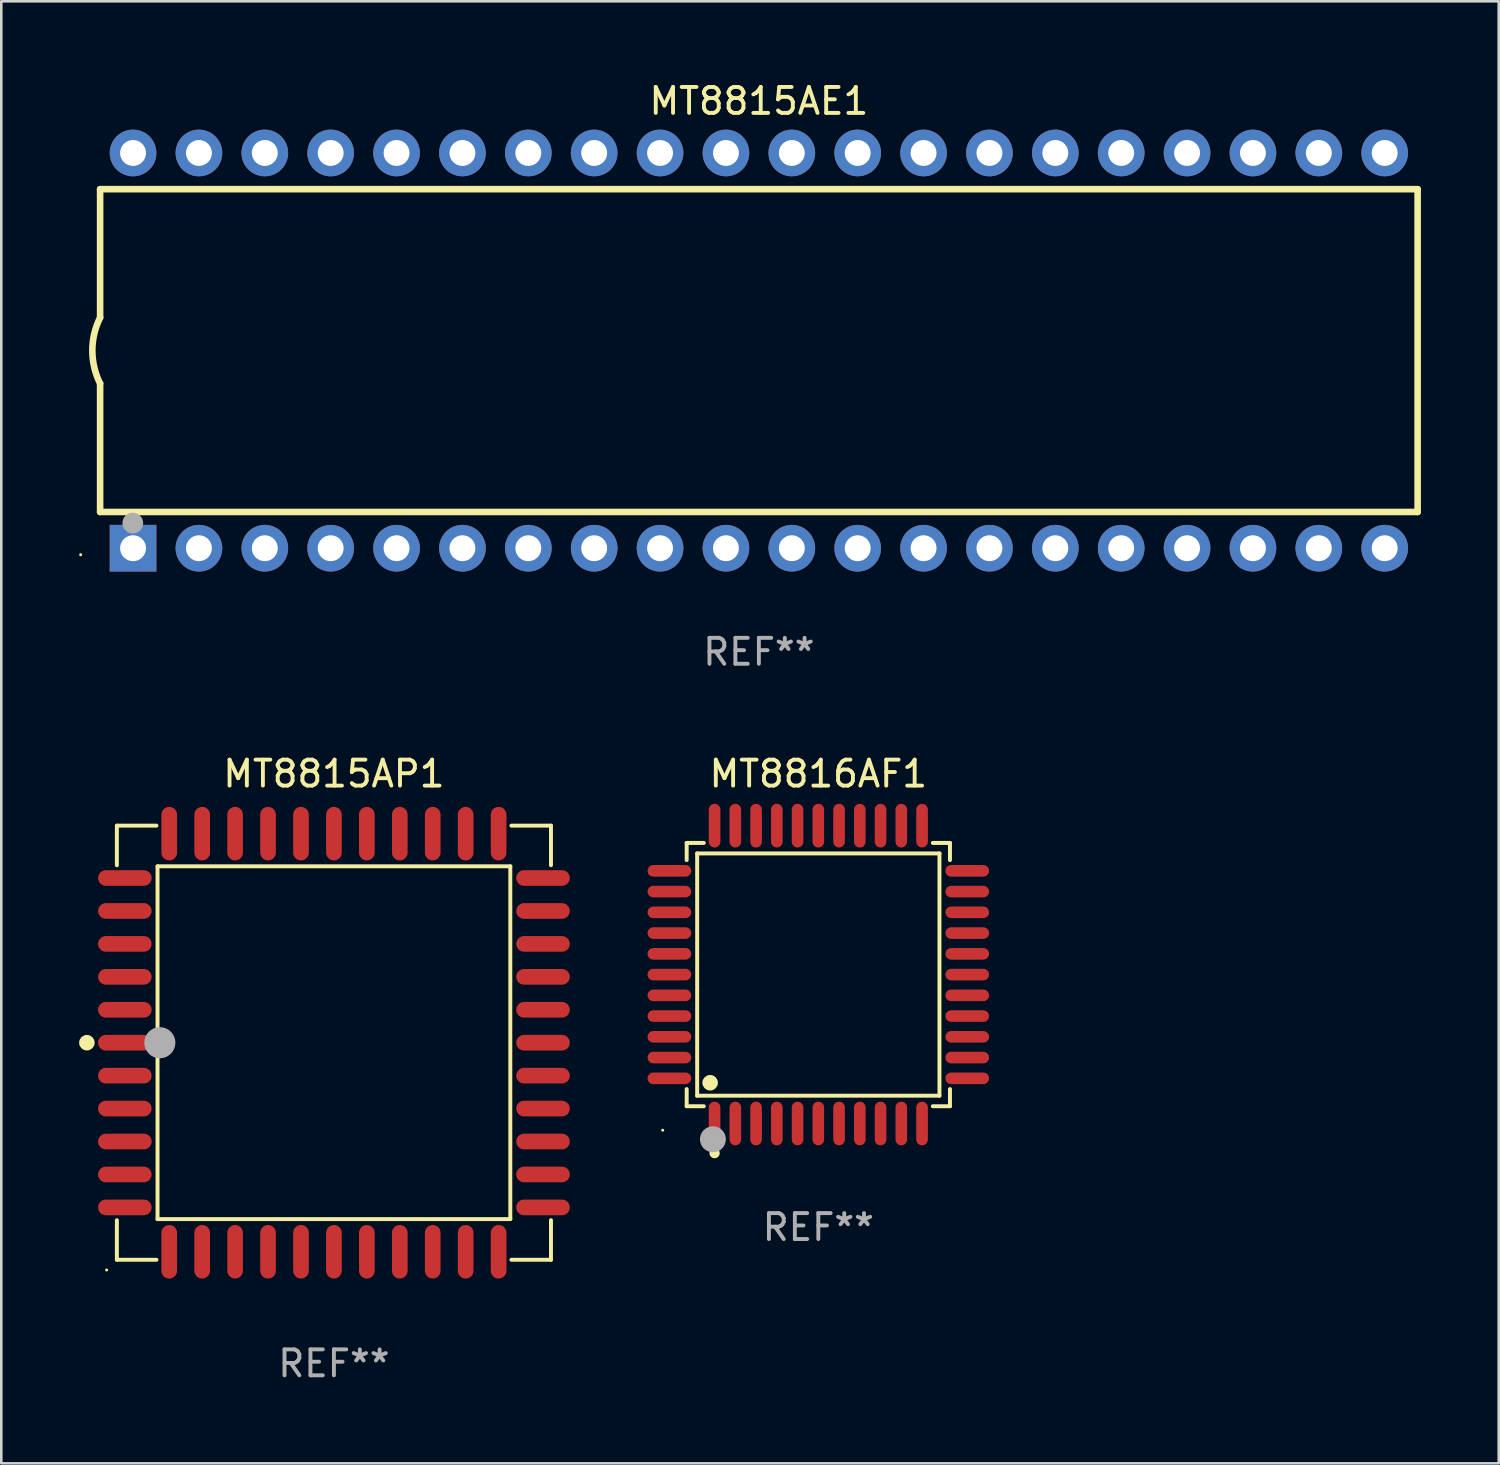
<source format=kicad_pcb>
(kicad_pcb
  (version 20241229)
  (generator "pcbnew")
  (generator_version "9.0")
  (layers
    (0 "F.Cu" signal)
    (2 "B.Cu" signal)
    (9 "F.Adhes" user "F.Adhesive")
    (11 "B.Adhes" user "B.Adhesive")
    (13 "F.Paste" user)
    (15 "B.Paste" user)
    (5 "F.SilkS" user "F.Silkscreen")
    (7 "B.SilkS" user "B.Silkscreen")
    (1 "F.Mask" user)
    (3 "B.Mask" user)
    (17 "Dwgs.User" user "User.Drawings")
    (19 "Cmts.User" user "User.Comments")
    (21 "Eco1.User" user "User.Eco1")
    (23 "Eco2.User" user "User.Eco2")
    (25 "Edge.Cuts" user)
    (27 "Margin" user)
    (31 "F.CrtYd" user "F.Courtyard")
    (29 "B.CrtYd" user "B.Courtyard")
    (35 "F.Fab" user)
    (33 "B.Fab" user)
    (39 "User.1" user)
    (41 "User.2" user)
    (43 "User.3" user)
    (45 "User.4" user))
  (footprint "MT8816AF1"
    (layer "F.Cu")
    (at 28.502 34.527)
    (property "Reference" "MT8816AF1" (at 0 -7.742 0) (layer "F.SilkS") (effects (font (size 1 1) (thickness 0.15))))
    (attr through_hole)
    (fp_line (start -5.076 -5.076) (end -4.415 -5.076) (stroke (width 0.152) (type solid)) (layer "F.SilkS"))
    (fp_line (start -5.076 -4.415) (end -5.076 -5.076) (stroke (width 0.152) (type solid)) (layer "F.SilkS"))
    (fp_line (start -5.076 4.415) (end -5.076 5.076) (stroke (width 0.152) (type solid)) (layer "F.SilkS"))
    (fp_line (start -5.076 5.076) (end -4.415 5.076) (stroke (width 0.152) (type solid)) (layer "F.SilkS"))
    (fp_line (start -4.671 -4.671) (end 4.671 -4.671) (stroke (width 0.152) (type solid)) (layer "F.SilkS"))
    (fp_line (start -4.671 4.671) (end -4.671 -4.671) (stroke (width 0.152) (type solid)) (layer "F.SilkS"))
    (fp_line (start 4.671 -4.671) (end 4.671 4.671) (stroke (width 0.152) (type solid)) (layer "F.SilkS"))
    (fp_line (start 4.671 4.671) (end -4.671 4.671) (stroke (width 0.152) (type solid)) (layer "F.SilkS"))
    (fp_line (start 5.076 -5.076) (end 4.415 -5.076) (stroke (width 0.152) (type solid)) (layer "F.SilkS"))
    (fp_line (start 5.076 -4.415) (end 5.076 -5.076) (stroke (width 0.152) (type solid)) (layer "F.SilkS"))
    (fp_line (start 5.076 4.415) (end 5.076 5.076) (stroke (width 0.152) (type solid)) (layer "F.SilkS"))
    (fp_line (start 5.076 5.076) (end 4.415 5.076) (stroke (width 0.152) (type solid)) (layer "F.SilkS"))
    (fp_circle (center -6 6) (end -5.97 6) (stroke (width 0.06) (type solid)) (fill no) (layer "F.SilkS"))
    (fp_circle (center -4.171 4.171) (end -4.021 4.171) (stroke (width 0.3) (type solid)) (fill no) (layer "F.SilkS"))
    (fp_circle (center -4 6.884) (end -3.9 6.884) (stroke (width 0.2) (type solid)) (fill no) (layer "F.SilkS"))
    (fp_circle (center -4.064 6.35) (end -3.814 6.35) (stroke (width 0.5) (type solid)) (fill no) (layer "F.Fab"))
    (fp_text user "REF**" (at 0 9.742 0) (layer "F.Fab") (effects (font (size 1 1) (thickness 0.15))))
    (pad "1" smd oval (at -4 5.742) (size 0.448 1.684) (layers "F.Cu" "F.Mask" "F.Paste"))
    (pad "2" smd oval (at -3.2 5.742) (size 0.448 1.684) (layers "F.Cu" "F.Mask" "F.Paste"))
    (pad "3" smd oval (at -2.4 5.742) (size 0.448 1.684) (layers "F.Cu" "F.Mask" "F.Paste"))
    (pad "4" smd oval (at -1.6 5.742) (size 0.448 1.684) (layers "F.Cu" "F.Mask" "F.Paste"))
    (pad "5" smd oval (at -0.8 5.742) (size 0.448 1.684) (layers "F.Cu" "F.Mask" "F.Paste"))
    (pad "6" smd oval (at 0 5.742) (size 0.448 1.684) (layers "F.Cu" "F.Mask" "F.Paste"))
    (pad "7" smd oval (at 0.8 5.742) (size 0.448 1.684) (layers "F.Cu" "F.Mask" "F.Paste"))
    (pad "8" smd oval (at 1.6 5.742) (size 0.448 1.684) (layers "F.Cu" "F.Mask" "F.Paste"))
    (pad "9" smd oval (at 2.4 5.742) (size 0.448 1.684) (layers "F.Cu" "F.Mask" "F.Paste"))
    (pad "10" smd oval (at 3.2 5.742) (size 0.448 1.684) (layers "F.Cu" "F.Mask" "F.Paste"))
    (pad "11" smd oval (at 4 5.742) (size 0.448 1.684) (layers "F.Cu" "F.Mask" "F.Paste"))
    (pad "12" smd oval (at 5.742 4) (size 1.684 0.448) (layers "F.Cu" "F.Mask" "F.Paste"))
    (pad "13" smd oval (at 5.742 3.2) (size 1.684 0.448) (layers "F.Cu" "F.Mask" "F.Paste"))
    (pad "14" smd oval (at 5.742 2.4) (size 1.684 0.448) (layers "F.Cu" "F.Mask" "F.Paste"))
    (pad "15" smd oval (at 5.742 1.6) (size 1.684 0.448) (layers "F.Cu" "F.Mask" "F.Paste"))
    (pad "16" smd oval (at 5.742 0.8) (size 1.684 0.448) (layers "F.Cu" "F.Mask" "F.Paste"))
    (pad "17" smd oval (at 5.742 0) (size 1.684 0.448) (layers "F.Cu" "F.Mask" "F.Paste"))
    (pad "18" smd oval (at 5.742 -0.8) (size 1.684 0.448) (layers "F.Cu" "F.Mask" "F.Paste"))
    (pad "19" smd oval (at 5.742 -1.6) (size 1.684 0.448) (layers "F.Cu" "F.Mask" "F.Paste"))
    (pad "20" smd oval (at 5.742 -2.4) (size 1.684 0.448) (layers "F.Cu" "F.Mask" "F.Paste"))
    (pad "21" smd oval (at 5.742 -3.2) (size 1.684 0.448) (layers "F.Cu" "F.Mask" "F.Paste"))
    (pad "22" smd oval (at 5.742 -4) (size 1.684 0.448) (layers "F.Cu" "F.Mask" "F.Paste"))
    (pad "23" smd oval (at 4 -5.742) (size 0.448 1.684) (layers "F.Cu" "F.Mask" "F.Paste"))
    (pad "24" smd oval (at 3.2 -5.742) (size 0.448 1.684) (layers "F.Cu" "F.Mask" "F.Paste"))
    (pad "25" smd oval (at 2.4 -5.742) (size 0.448 1.684) (layers "F.Cu" "F.Mask" "F.Paste"))
    (pad "26" smd oval (at 1.6 -5.742) (size 0.448 1.684) (layers "F.Cu" "F.Mask" "F.Paste"))
    (pad "27" smd oval (at 0.8 -5.742) (size 0.448 1.684) (layers "F.Cu" "F.Mask" "F.Paste"))
    (pad "28" smd oval (at 0 -5.742) (size 0.448 1.684) (layers "F.Cu" "F.Mask" "F.Paste"))
    (pad "29" smd oval (at -0.8 -5.742) (size 0.448 1.684) (layers "F.Cu" "F.Mask" "F.Paste"))
    (pad "30" smd oval (at -1.6 -5.742) (size 0.448 1.684) (layers "F.Cu" "F.Mask" "F.Paste"))
    (pad "31" smd oval (at -2.4 -5.742) (size 0.448 1.684) (layers "F.Cu" "F.Mask" "F.Paste"))
    (pad "32" smd oval (at -3.2 -5.742) (size 0.448 1.684) (layers "F.Cu" "F.Mask" "F.Paste"))
    (pad "33" smd oval (at -4 -5.742) (size 0.448 1.684) (layers "F.Cu" "F.Mask" "F.Paste"))
    (pad "34" smd oval (at -5.742 -4) (size 1.684 0.448) (layers "F.Cu" "F.Mask" "F.Paste"))
    (pad "35" smd oval (at -5.742 -3.2) (size 1.684 0.448) (layers "F.Cu" "F.Mask" "F.Paste"))
    (pad "36" smd oval (at -5.742 -2.4) (size 1.684 0.448) (layers "F.Cu" "F.Mask" "F.Paste"))
    (pad "37" smd oval (at -5.742 -1.6) (size 1.684 0.448) (layers "F.Cu" "F.Mask" "F.Paste"))
    (pad "38" smd oval (at -5.742 -0.8) (size 1.684 0.448) (layers "F.Cu" "F.Mask" "F.Paste"))
    (pad "39" smd oval (at -5.742 0) (size 1.684 0.448) (layers "F.Cu" "F.Mask" "F.Paste"))
    (pad "40" smd oval (at -5.742 0.8) (size 1.684 0.448) (layers "F.Cu" "F.Mask" "F.Paste"))
    (pad "41" smd oval (at -5.742 1.6) (size 1.684 0.448) (layers "F.Cu" "F.Mask" "F.Paste"))
    (pad "42" smd oval (at -5.742 2.4) (size 1.684 0.448) (layers "F.Cu" "F.Mask" "F.Paste"))
    (pad "43" smd oval (at -5.742 3.2) (size 1.684 0.448) (layers "F.Cu" "F.Mask" "F.Paste"))
    (pad "44" smd oval (at -5.742 4) (size 1.684 0.448) (layers "F.Cu" "F.Mask" "F.Paste")))
  (footprint "MT8815AE1"
    (layer "F.Cu")
    (at 26.21 10.468)
    (property "Reference" "MT8815AE1" (at 0 -9.62 0) (layer "F.SilkS") (effects (font (size 1 1) (thickness 0.15))))
    (attr through_hole)
    (fp_line (start -25.4 -6.224) (end -25.4 -1.271) (stroke (width 0.254) (type solid)) (layer "F.SilkS"))
    (fp_line (start -25.4 -6.224) (end 25.4 -6.224) (stroke (width 0.254) (type solid)) (layer "F.SilkS"))
    (fp_line (start -25.4 1.269) (end -25.4 6.222) (stroke (width 0.254) (type solid)) (layer "F.SilkS"))
    (fp_line (start -25.4 6.222) (end 25.4 6.222) (stroke (width 0.254) (type solid)) (layer "F.SilkS"))
    (fp_line (start 25.4 6.222) (end 25.4 -6.224) (stroke (width 0.254) (type solid)) (layer "F.SilkS"))
    (fp_arc (start -25.4 1.269241) (mid -25.699807 -0.000762) (end -25.4 -1.270765) (stroke (width 0.254001) (type solid)) (layer "F.SilkS"))
    (fp_circle (center -26.15 7.87) (end -26.12 7.87) (stroke (width 0.06) (type solid)) (fill no) (layer "F.SilkS"))
    (fp_circle (center -24.14 6.65) (end -23.94 6.65) (stroke (width 0.4) (type solid)) (fill no) (layer "F.Fab"))
    (fp_text user "REF**" (at 0 11.62 0) (layer "F.Fab") (effects (font (size 1 1) (thickness 0.15))))
    (pad "1" thru_hole rect (at -24.13 7.62 90) (size 1.8 1.8) (drill 1) (layers "*.Cu" "*.Mask"))
    (pad "2" thru_hole circle (at -21.59 7.62) (size 1.8 1.8) (drill 1) (layers "*.Cu" "*.Mask"))
    (pad "3" thru_hole circle (at -19.05 7.62) (size 1.8 1.8) (drill 1) (layers "*.Cu" "*.Mask"))
    (pad "4" thru_hole circle (at -16.51 7.62) (size 1.8 1.8) (drill 1) (layers "*.Cu" "*.Mask"))
    (pad "5" thru_hole circle (at -13.97 7.62) (size 1.8 1.8) (drill 1) (layers "*.Cu" "*.Mask"))
    (pad "6" thru_hole circle (at -11.43 7.62) (size 1.8 1.8) (drill 1) (layers "*.Cu" "*.Mask"))
    (pad "7" thru_hole circle (at -8.89 7.62) (size 1.8 1.8) (drill 1) (layers "*.Cu" "*.Mask"))
    (pad "8" thru_hole circle (at -6.35 7.62) (size 1.8 1.8) (drill 1) (layers "*.Cu" "*.Mask"))
    (pad "9" thru_hole circle (at -3.81 7.62) (size 1.8 1.8) (drill 1) (layers "*.Cu" "*.Mask"))
    (pad "10" thru_hole circle (at -1.27 7.62) (size 1.8 1.8) (drill 1) (layers "*.Cu" "*.Mask"))
    (pad "11" thru_hole circle (at 1.27 7.62) (size 1.8 1.8) (drill 1) (layers "*.Cu" "*.Mask"))
    (pad "12" thru_hole circle (at 3.81 7.62) (size 1.8 1.8) (drill 1) (layers "*.Cu" "*.Mask"))
    (pad "13" thru_hole circle (at 6.35 7.62) (size 1.8 1.8) (drill 1) (layers "*.Cu" "*.Mask"))
    (pad "14" thru_hole circle (at 8.89 7.62) (size 1.8 1.8) (drill 1) (layers "*.Cu" "*.Mask"))
    (pad "15" thru_hole circle (at 11.43 7.62) (size 1.8 1.8) (drill 1) (layers "*.Cu" "*.Mask"))
    (pad "16" thru_hole circle (at 13.97 7.62) (size 1.8 1.8) (drill 1) (layers "*.Cu" "*.Mask"))
    (pad "17" thru_hole circle (at 16.51 7.62) (size 1.8 1.8) (drill 1) (layers "*.Cu" "*.Mask"))
    (pad "18" thru_hole circle (at 19.05 7.62) (size 1.8 1.8) (drill 1) (layers "*.Cu" "*.Mask"))
    (pad "19" thru_hole circle (at 21.59 7.62) (size 1.8 1.8) (drill 1) (layers "*.Cu" "*.Mask"))
    (pad "20" thru_hole circle (at 24.13 7.62) (size 1.8 1.8) (drill 1) (layers "*.Cu" "*.Mask"))
    (pad "21" thru_hole circle (at 24.13 -7.62) (size 1.8 1.8) (drill 1) (layers "*.Cu" "*.Mask"))
    (pad "22" thru_hole circle (at 21.59 -7.62) (size 1.8 1.8) (drill 1) (layers "*.Cu" "*.Mask"))
    (pad "23" thru_hole circle (at 19.05 -7.62) (size 1.8 1.8) (drill 1) (layers "*.Cu" "*.Mask"))
    (pad "24" thru_hole circle (at 16.51 -7.62) (size 1.8 1.8) (drill 1) (layers "*.Cu" "*.Mask"))
    (pad "25" thru_hole circle (at 13.97 -7.62) (size 1.8 1.8) (drill 1) (layers "*.Cu" "*.Mask"))
    (pad "26" thru_hole circle (at 11.43 -7.62) (size 1.8 1.8) (drill 1) (layers "*.Cu" "*.Mask"))
    (pad "27" thru_hole circle (at 8.89 -7.62) (size 1.8 1.8) (drill 1) (layers "*.Cu" "*.Mask"))
    (pad "28" thru_hole circle (at 6.35 -7.62) (size 1.8 1.8) (drill 1) (layers "*.Cu" "*.Mask"))
    (pad "29" thru_hole circle (at 3.81 -7.62) (size 1.8 1.8) (drill 1) (layers "*.Cu" "*.Mask"))
    (pad "30" thru_hole circle (at 1.27 -7.62) (size 1.8 1.8) (drill 1) (layers "*.Cu" "*.Mask"))
    (pad "31" thru_hole circle (at -1.27 -7.62) (size 1.8 1.8) (drill 1) (layers "*.Cu" "*.Mask"))
    (pad "32" thru_hole circle (at -3.81 -7.62) (size 1.8 1.8) (drill 1) (layers "*.Cu" "*.Mask"))
    (pad "33" thru_hole circle (at -6.35 -7.62) (size 1.8 1.8) (drill 1) (layers "*.Cu" "*.Mask"))
    (pad "34" thru_hole circle (at -8.89 -7.62) (size 1.8 1.8) (drill 1) (layers "*.Cu" "*.Mask"))
    (pad "35" thru_hole circle (at -11.43 -7.62) (size 1.8 1.8) (drill 1) (layers "*.Cu" "*.Mask"))
    (pad "36" thru_hole circle (at -13.97 -7.62) (size 1.8 1.8) (drill 1) (layers "*.Cu" "*.Mask"))
    (pad "37" thru_hole circle (at -16.51 -7.62) (size 1.8 1.8) (drill 1) (layers "*.Cu" "*.Mask"))
    (pad "38" thru_hole circle (at -19.05 -7.62) (size 1.8 1.8) (drill 1) (layers "*.Cu" "*.Mask"))
    (pad "39" thru_hole circle (at -21.59 -7.62) (size 1.8 1.8) (drill 1) (layers "*.Cu" "*.Mask"))
    (pad "40" thru_hole circle (at -24.13 -7.62) (size 1.8 1.8) (drill 1) (layers "*.Cu" "*.Mask")))
  (footprint "MT8815AP1"
    (layer "F.Cu")
    (at 9.825 37.154)
    (property "Reference" "MT8815AP1" (at 0 -10.369 0) (layer "F.SilkS") (effects (font (size 1 1) (thickness 0.15))))
    (attr through_hole)
    (fp_line (start -8.369 -8.369) (end -6.843 -8.369) (stroke (width 0.152) (type solid)) (layer "F.SilkS"))
    (fp_line (start -8.369 -6.843) (end -8.369 -8.369) (stroke (width 0.152) (type solid)) (layer "F.SilkS"))
    (fp_line (start -8.369 6.843) (end -8.369 8.369) (stroke (width 0.152) (type solid)) (layer "F.SilkS"))
    (fp_line (start -8.369 8.369) (end -6.843 8.369) (stroke (width 0.152) (type solid)) (layer "F.SilkS"))
    (fp_line (start -6.801 -6.801) (end 6.801 -6.801) (stroke (width 0.152) (type solid)) (layer "F.SilkS"))
    (fp_line (start -6.801 6.801) (end -6.801 -6.801) (stroke (width 0.152) (type solid)) (layer "F.SilkS"))
    (fp_line (start 6.801 -6.801) (end 6.801 6.801) (stroke (width 0.152) (type solid)) (layer "F.SilkS"))
    (fp_line (start 6.801 6.801) (end -6.801 6.801) (stroke (width 0.152) (type solid)) (layer "F.SilkS"))
    (fp_line (start 8.369 -8.369) (end 6.843 -8.369) (stroke (width 0.152) (type solid)) (layer "F.SilkS"))
    (fp_line (start 8.369 -6.843) (end 8.369 -8.369) (stroke (width 0.152) (type solid)) (layer "F.SilkS"))
    (fp_line (start 8.369 6.843) (end 8.369 8.369) (stroke (width 0.152) (type solid)) (layer "F.SilkS"))
    (fp_line (start 8.369 8.369) (end 6.843 8.369) (stroke (width 0.152) (type solid)) (layer "F.SilkS"))
    (fp_circle (center -9.525 -0.000127) (end -9.375 -0.000127) (stroke (width 0.3) (type solid)) (fill no) (layer "F.SilkS"))
    (fp_circle (center -8.763 8.763) (end -8.733 8.763) (stroke (width 0.06) (type solid)) (fill no) (layer "F.SilkS"))
    (fp_circle (center -6.712 -0.000127) (end -6.412 -0.000127) (stroke (width 0.6) (type solid)) (fill no) (layer "F.Fab"))
    (fp_text user "REF**" (at 0 12.369 0) (layer "F.Fab") (effects (font (size 1 1) (thickness 0.15))))
    (pad "1" smd oval (at -8.061 -0.000127 90) (size 0.604 2.064) (layers "F.Cu" "F.Mask" "F.Paste"))
    (pad "2" smd oval (at -8.061 1.27 90) (size 0.604 2.064) (layers "F.Cu" "F.Mask" "F.Paste"))
    (pad "3" smd oval (at -8.061 2.54 90) (size 0.604 2.064) (layers "F.Cu" "F.Mask" "F.Paste"))
    (pad "4" smd oval (at -8.061 3.81 90) (size 0.604 2.064) (layers "F.Cu" "F.Mask" "F.Paste"))
    (pad "5" smd oval (at -8.061 5.08 90) (size 0.604 2.064) (layers "F.Cu" "F.Mask" "F.Paste"))
    (pad "6" smd oval (at -8.061 6.35 90) (size 0.604 2.064) (layers "F.Cu" "F.Mask" "F.Paste"))
    (pad "7" smd oval (at -6.35 8.061 90) (size 2.064 0.604) (layers "F.Cu" "F.Mask" "F.Paste"))
    (pad "8" smd oval (at -5.08 8.061 90) (size 2.064 0.604) (layers "F.Cu" "F.Mask" "F.Paste"))
    (pad "9" smd oval (at -3.81 8.061 90) (size 2.064 0.604) (layers "F.Cu" "F.Mask" "F.Paste"))
    (pad "10" smd oval (at -2.54 8.061 90) (size 2.064 0.604) (layers "F.Cu" "F.Mask" "F.Paste"))
    (pad "11" smd oval (at -1.27 8.061 90) (size 2.064 0.604) (layers "F.Cu" "F.Mask" "F.Paste"))
    (pad "12" smd oval (at 0.000076 8.061 90) (size 2.064 0.604) (layers "F.Cu" "F.Mask" "F.Paste"))
    (pad "13" smd oval (at 1.27 8.061 90) (size 2.064 0.604) (layers "F.Cu" "F.Mask" "F.Paste"))
    (pad "14" smd oval (at 2.54 8.061 90) (size 2.064 0.604) (layers "F.Cu" "F.Mask" "F.Paste"))
    (pad "15" smd oval (at 3.81 8.061 90) (size 2.064 0.604) (layers "F.Cu" "F.Mask" "F.Paste"))
    (pad "16" smd oval (at 5.08 8.061 90) (size 2.064 0.604) (layers "F.Cu" "F.Mask" "F.Paste"))
    (pad "17" smd oval (at 6.35 8.061 90) (size 2.064 0.604) (layers "F.Cu" "F.Mask" "F.Paste"))
    (pad "18" smd oval (at 8.062 6.35 90) (size 0.604 2.064) (layers "F.Cu" "F.Mask" "F.Paste"))
    (pad "19" smd oval (at 8.062 5.08 90) (size 0.604 2.064) (layers "F.Cu" "F.Mask" "F.Paste"))
    (pad "20" smd oval (at 8.062 3.81 90) (size 0.604 2.064) (layers "F.Cu" "F.Mask" "F.Paste"))
    (pad "21" smd oval (at 8.062 2.54 90) (size 0.604 2.064) (layers "F.Cu" "F.Mask" "F.Paste"))
    (pad "22" smd oval (at 8.062 1.27 90) (size 0.604 2.064) (layers "F.Cu" "F.Mask" "F.Paste"))
    (pad "23" smd oval (at 8.062 -0.000127 90) (size 0.604 2.064) (layers "F.Cu" "F.Mask" "F.Paste"))
    (pad "24" smd oval (at 8.062 -1.27 90) (size 0.604 2.064) (layers "F.Cu" "F.Mask" "F.Paste"))
    (pad "25" smd oval (at 8.062 -2.54 90) (size 0.604 2.064) (layers "F.Cu" "F.Mask" "F.Paste"))
    (pad "26" smd oval (at 8.062 -3.81 90) (size 0.604 2.064) (layers "F.Cu" "F.Mask" "F.Paste"))
    (pad "27" smd oval (at 8.062 -5.08 90) (size 0.604 2.064) (layers "F.Cu" "F.Mask" "F.Paste"))
    (pad "28" smd oval (at 8.062 -6.35 90) (size 0.604 2.064) (layers "F.Cu" "F.Mask" "F.Paste"))
    (pad "29" smd oval (at 6.35 -8.061 90) (size 2.064 0.604) (layers "F.Cu" "F.Mask" "F.Paste"))
    (pad "30" smd oval (at 5.08 -8.061 90) (size 2.064 0.604) (layers "F.Cu" "F.Mask" "F.Paste"))
    (pad "31" smd oval (at 3.81 -8.061 90) (size 2.064 0.604) (layers "F.Cu" "F.Mask" "F.Paste"))
    (pad "32" smd oval (at 2.54 -8.061 90) (size 2.064 0.604) (layers "F.Cu" "F.Mask" "F.Paste"))
    (pad "33" smd oval (at 1.27 -8.061 90) (size 2.064 0.604) (layers "F.Cu" "F.Mask" "F.Paste"))
    (pad "34" smd oval (at 0.000076 -8.061 90) (size 2.064 0.604) (layers "F.Cu" "F.Mask" "F.Paste"))
    (pad "35" smd oval (at -1.27 -8.061 90) (size 2.064 0.604) (layers "F.Cu" "F.Mask" "F.Paste"))
    (pad "36" smd oval (at -2.54 -8.061 90) (size 2.064 0.604) (layers "F.Cu" "F.Mask" "F.Paste"))
    (pad "37" smd oval (at -3.81 -8.061 90) (size 2.064 0.604) (layers "F.Cu" "F.Mask" "F.Paste"))
    (pad "38" smd oval (at -5.08 -8.061 90) (size 2.064 0.604) (layers "F.Cu" "F.Mask" "F.Paste"))
    (pad "39" smd oval (at -6.35 -8.061 90) (size 2.064 0.604) (layers "F.Cu" "F.Mask" "F.Paste"))
    (pad "40" smd oval (at -8.061 -6.35 90) (size 0.604 2.064) (layers "F.Cu" "F.Mask" "F.Paste"))
    (pad "41" smd oval (at -8.061 -5.08 90) (size 0.604 2.064) (layers "F.Cu" "F.Mask" "F.Paste"))
    (pad "42" smd oval (at -8.061 -3.81 90) (size 0.604 2.064) (layers "F.Cu" "F.Mask" "F.Paste"))
    (pad "43" smd oval (at -8.061 -2.54 90) (size 0.604 2.064) (layers "F.Cu" "F.Mask" "F.Paste"))
    (pad "44" smd oval (at -8.061 -1.27 90) (size 0.604 2.064) (layers "F.Cu" "F.Mask" "F.Paste")))
  (gr_rect
    (start -3 -3)
    (end 54.737 53.372)
    (stroke (width 0.1) (type default))
    (fill no)
    (layer "Edge.Cuts")))
</source>
